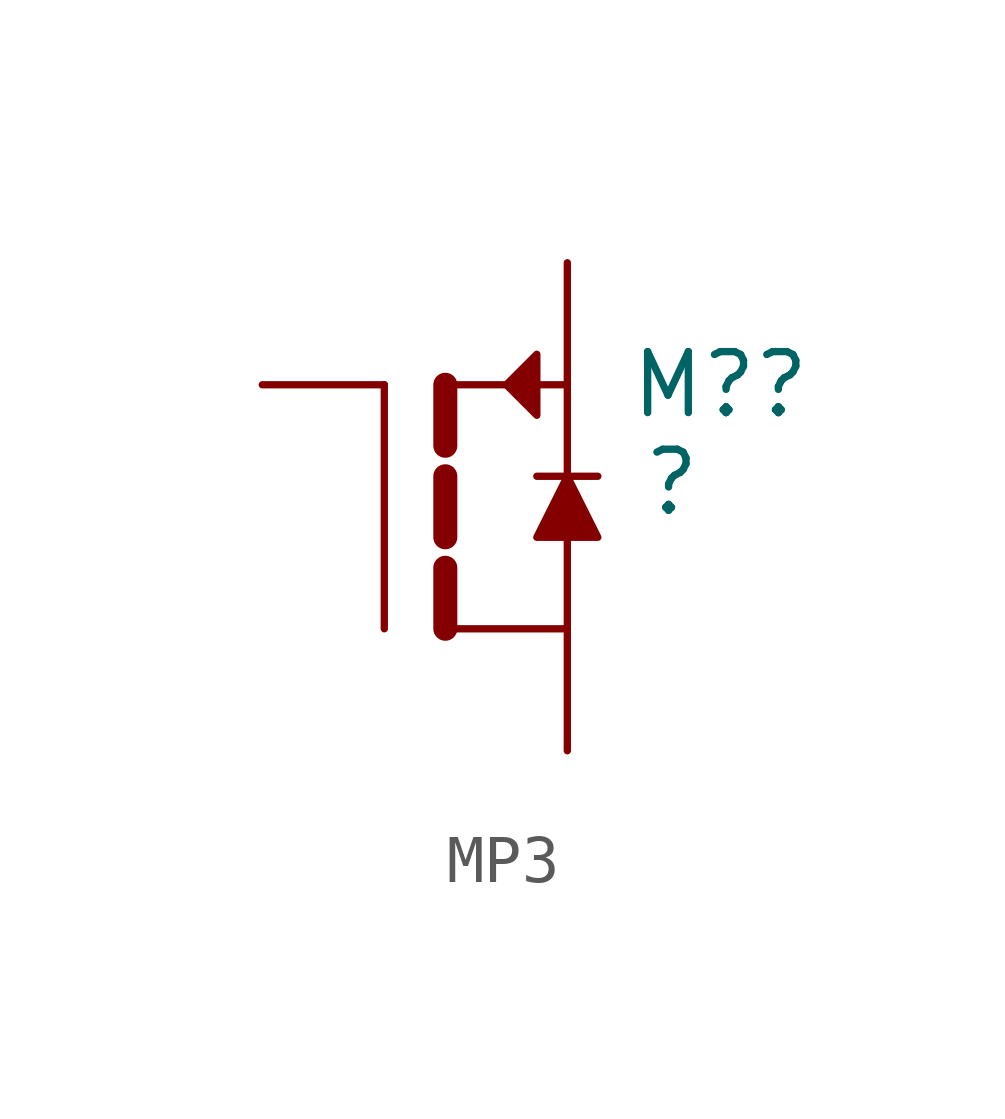
<source format=kicad_sym>
(kicad_symbol_lib
  (version 20241209)
  (generator "kicad_symbol_editor")
  (generator_version "9.0")
  (symbol "MP3"
    (pin_numbers
      (hide yes))
    (pin_names
      (offset 0)
      (hide yes))
    (property "Reference" "M?"
      (at 1.27 2.54 0)
      (effects (font (size 1.27 1.27)) (justify left)))
    (property "Value" "?"
      (at 1.524 0.508 0)
      (effects (font (size 1.27 1.27)) (justify left)))
    (symbol "MP3_0_1"
      (polyline (pts (xy -3.81 2.54) (xy -3.81 -2.54)) (stroke (width 0) (type default)) (fill (type none)))
      (polyline (pts (xy -0.635 0.635) (xy 0.635 0.635)) (stroke (width 0) (type default)) (fill (type none)))
      (polyline (pts (xy 0 2.54) (xy 0 -2.54)) (stroke (width 0) (type default)) (fill (type none)))
      (polyline (pts (xy 0 0.635) (xy 0.635 -0.635) (xy -0.635 -0.635) (xy 0 0.635)) (stroke (width 0) (type solid)) (fill (type outline))))
    (symbol "MP3_1_0"
      (pin unspecified line (at -6.35 2.54 0) (length 2.54) (name "G" (effects (font (size 1.27 1.27)))) (number "2" (effects (font (size 1.27 1.27)))))
      (pin unspecified line (at 0 5.08 270) (length 2.54) (name "S" (effects (font (size 1.27 1.27)))) (number "3" (effects (font (size 1.27 1.27)))))
      (pin unspecified line (at 0 -5.08 90) (length 2.54) (name "D" (effects (font (size 1.27 1.27)))) (number "1" (effects (font (size 1.27 1.27))))))
    (symbol "MP3_1_1"
      (polyline (pts (xy -2.54 2.54) (xy -2.54 1.27)) (stroke (width 0.5) (type solid)) (fill (type none)))
      (polyline (pts (xy -2.54 0.635) (xy -2.54 -0.635)) (stroke (width 0.5) (type solid)) (fill (type none)))
      (polyline (pts (xy -2.54 -1.27) (xy -2.54 -2.54)) (stroke (width 0.5) (type solid)) (fill (type none)))
      (polyline (pts (xy -0.635 1.905) (xy -0.635 3.175) (xy -1.27 2.54) (xy -0.635 1.905)) (stroke (width 0) (type solid)) (fill (type outline)))
      (polyline (pts (xy 0 2.54) (xy -2.54 2.54)) (stroke (width 0) (type default)) (fill (type none)))
      (polyline (pts (xy 0 -2.54) (xy -2.54 -2.54)) (stroke (width 0) (type default)) (fill (type none))))))
</source>
